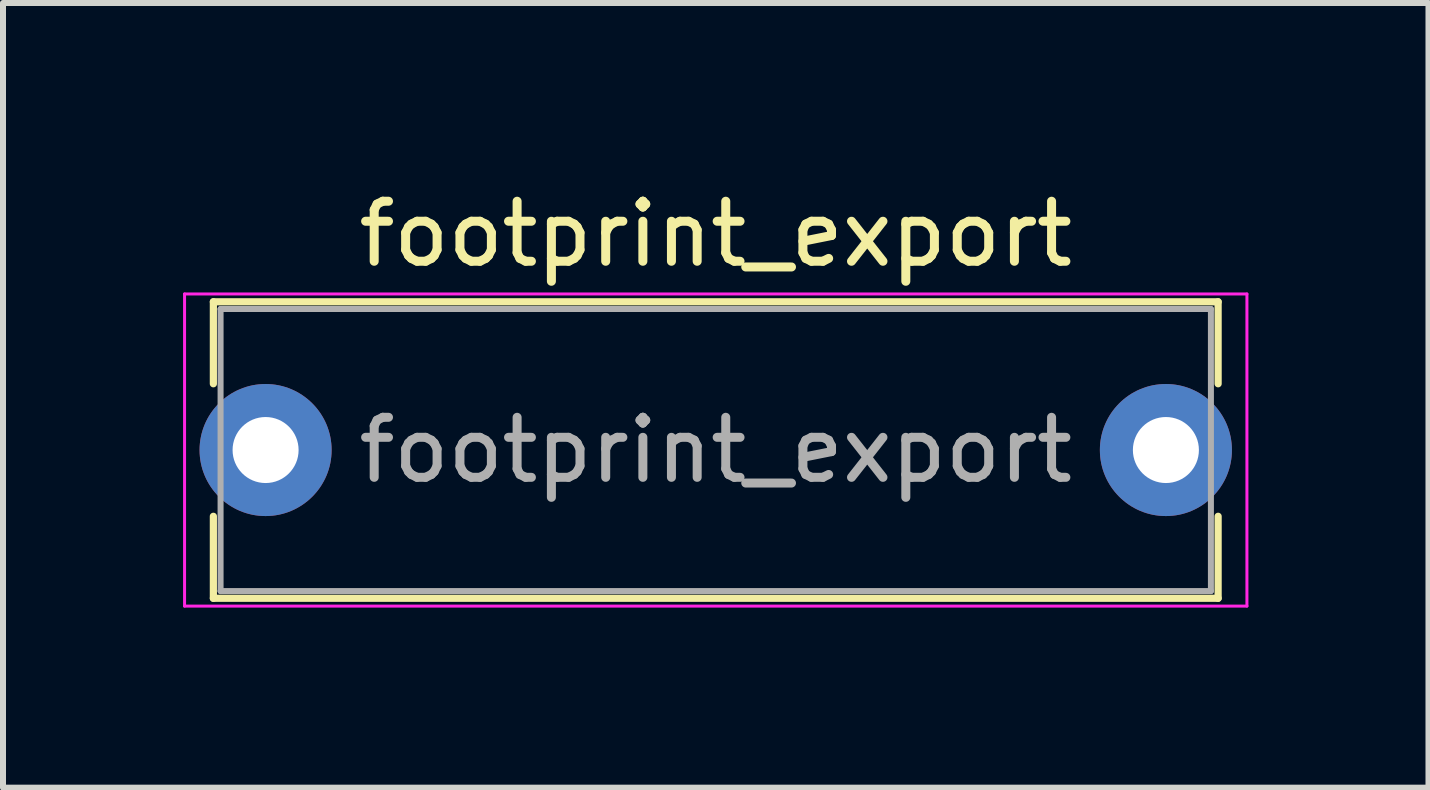
<source format=kicad_pcb>
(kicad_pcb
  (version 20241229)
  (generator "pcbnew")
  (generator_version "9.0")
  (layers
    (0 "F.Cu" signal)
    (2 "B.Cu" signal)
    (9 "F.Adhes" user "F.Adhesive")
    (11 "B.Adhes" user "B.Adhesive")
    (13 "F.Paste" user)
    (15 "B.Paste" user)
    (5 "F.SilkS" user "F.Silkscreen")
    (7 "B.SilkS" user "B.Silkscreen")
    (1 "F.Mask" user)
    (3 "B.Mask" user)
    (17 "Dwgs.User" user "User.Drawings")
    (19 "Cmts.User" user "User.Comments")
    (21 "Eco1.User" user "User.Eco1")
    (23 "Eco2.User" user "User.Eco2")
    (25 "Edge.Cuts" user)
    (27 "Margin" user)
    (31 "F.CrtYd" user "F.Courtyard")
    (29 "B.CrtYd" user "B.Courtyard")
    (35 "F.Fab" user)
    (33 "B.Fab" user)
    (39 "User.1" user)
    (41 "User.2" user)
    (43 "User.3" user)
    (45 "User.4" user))
  (footprint "footprint_export"
    (layer "F.Cu")
    (at 1.375 4.448)
    (property "Reference" "footprint_export" (at 7.5 -3.6 0) (layer "F.SilkS") (effects (font (size 1 1) (thickness 0.15))))
    (attr through_hole)
    (fp_line (start -0.87 -2.47) (end -0.87 -1.104) (stroke (width 0.12) (type solid)) (layer "F.SilkS"))
    (fp_line (start -0.87 -2.47) (end 15.87 -2.47) (stroke (width 0.12) (type solid)) (layer "F.SilkS"))
    (fp_line (start -0.87 1.104) (end -0.87 2.47) (stroke (width 0.12) (type solid)) (layer "F.SilkS"))
    (fp_line (start -0.87 2.47) (end 15.87 2.47) (stroke (width 0.12) (type solid)) (layer "F.SilkS"))
    (fp_line (start 15.87 -2.47) (end 15.87 -1.104) (stroke (width 0.12) (type solid)) (layer "F.SilkS"))
    (fp_line (start 15.87 1.104) (end 15.87 2.47) (stroke (width 0.12) (type solid)) (layer "F.SilkS"))
    (fp_line (start -1.35 -2.6) (end -1.35 2.6) (stroke (width 0.05) (type solid)) (layer "F.CrtYd"))
    (fp_line (start -1.35 2.6) (end 16.35 2.6) (stroke (width 0.05) (type solid)) (layer "F.CrtYd"))
    (fp_line (start 16.35 -2.6) (end -1.35 -2.6) (stroke (width 0.05) (type solid)) (layer "F.CrtYd"))
    (fp_line (start 16.35 2.6) (end 16.35 -2.6) (stroke (width 0.05) (type solid)) (layer "F.CrtYd"))
    (fp_line (start -0.75 -2.35) (end -0.75 2.35) (stroke (width 0.1) (type solid)) (layer "F.Fab"))
    (fp_line (start -0.75 2.35) (end 15.75 2.35) (stroke (width 0.1) (type solid)) (layer "F.Fab"))
    (fp_line (start 15.75 -2.35) (end -0.75 -2.35) (stroke (width 0.1) (type solid)) (layer "F.Fab"))
    (fp_line (start 15.75 2.35) (end 15.75 -2.35) (stroke (width 0.1) (type solid)) (layer "F.Fab"))
    (fp_text user "${REFERENCE}" (at 7.5 0 0) (layer "F.Fab") (effects (font (size 1 1) (thickness 0.15))))
    (pad "1" thru_hole circle (at 0 0) (size 2.2 2.2) (drill 1.1) (layers "*.Cu" "*.Mask"))
    (pad "2" thru_hole circle (at 15 0) (size 2.2 2.2) (drill 1.1) (layers "*.Cu" "*.Mask")))
  (gr_rect
    (start -3 -3)
    (end 20.75 10.073)
    (stroke (width 0.1) (type default))
    (fill no)
    (layer "Edge.Cuts")))
</source>
